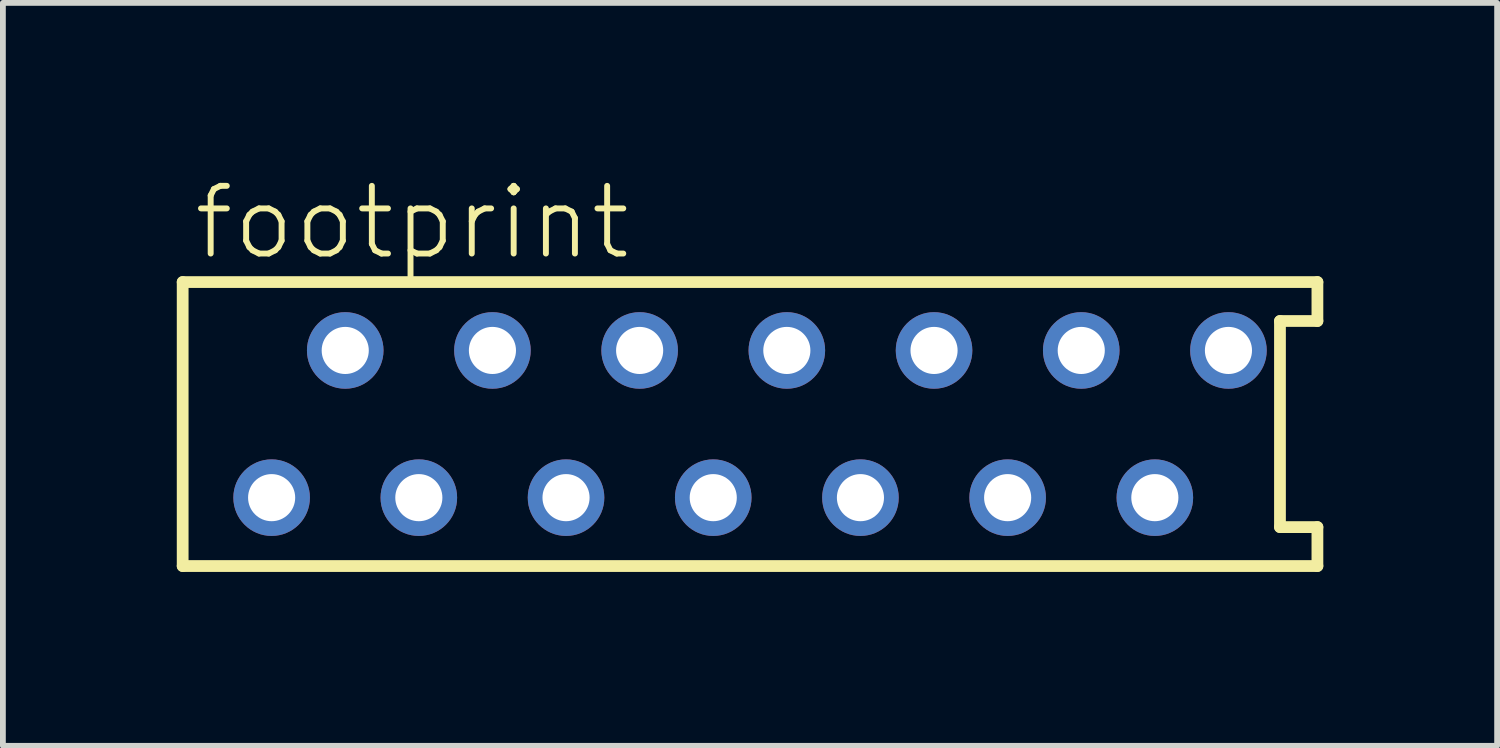
<source format=kicad_pcb>
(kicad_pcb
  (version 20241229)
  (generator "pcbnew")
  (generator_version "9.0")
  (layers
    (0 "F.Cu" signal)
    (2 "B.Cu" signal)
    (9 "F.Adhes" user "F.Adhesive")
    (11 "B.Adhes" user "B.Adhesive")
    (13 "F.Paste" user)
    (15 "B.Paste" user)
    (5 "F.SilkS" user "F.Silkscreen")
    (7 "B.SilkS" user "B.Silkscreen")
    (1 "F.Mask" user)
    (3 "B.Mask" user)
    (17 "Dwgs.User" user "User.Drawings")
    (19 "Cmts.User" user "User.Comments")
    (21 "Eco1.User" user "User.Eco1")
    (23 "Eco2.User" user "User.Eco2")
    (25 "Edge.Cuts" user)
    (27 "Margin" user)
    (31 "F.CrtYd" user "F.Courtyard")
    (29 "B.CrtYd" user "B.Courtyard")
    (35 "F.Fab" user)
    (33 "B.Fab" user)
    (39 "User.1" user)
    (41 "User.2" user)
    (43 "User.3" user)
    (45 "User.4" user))
  (footprint "footprint"
    (layer "F.Cu")
    (at 9.892 4.267)
    (property "Reference" "footprint" (at -9.652 -2.794 0) (layer "F.SilkS") (effects (font (size 1.168 1.168) (thickness 0.102)) (justify left bottom)))
    (fp_line (start -9.79 -2.45) (end -9.79 2.45) (stroke (width 0.203) (type solid)) (layer "F.SilkS"))
    (fp_line (start -9.79 2.45) (end 9.79 2.45) (stroke (width 0.203) (type solid)) (layer "F.SilkS"))
    (fp_line (start 9.144 -1.778) (end 9.79 -1.778) (stroke (width 0.203) (type solid)) (layer "F.SilkS"))
    (fp_line (start 9.144 1.778) (end 9.144 -1.778) (stroke (width 0.203) (type solid)) (layer "F.SilkS"))
    (fp_line (start 9.79 -2.45) (end -9.79 -2.45) (stroke (width 0.203) (type solid)) (layer "F.SilkS"))
    (fp_line (start 9.79 -1.778) (end 9.79 -2.45) (stroke (width 0.203) (type solid)) (layer "F.SilkS"))
    (fp_line (start 9.79 1.778) (end 9.144 1.778) (stroke (width 0.203) (type solid)) (layer "F.SilkS"))
    (fp_line (start 9.79 2.45) (end 9.79 1.778) (stroke (width 0.203) (type solid)) (layer "F.SilkS"))
    (pad "1" thru_hole circle (at -8.255 1.27) (size 1.321 1.321) (drill 0.813) (layers "*.Cu" "*.Mask"))
    (pad "2" thru_hole circle (at -6.985 -1.27) (size 1.321 1.321) (drill 0.813) (layers "*.Cu" "*.Mask"))
    (pad "3" thru_hole circle (at -5.715 1.27) (size 1.321 1.321) (drill 0.813) (layers "*.Cu" "*.Mask"))
    (pad "4" thru_hole circle (at -4.445 -1.27) (size 1.321 1.321) (drill 0.813) (layers "*.Cu" "*.Mask"))
    (pad "5" thru_hole circle (at -3.175 1.27) (size 1.321 1.321) (drill 0.813) (layers "*.Cu" "*.Mask"))
    (pad "6" thru_hole circle (at -1.905 -1.27) (size 1.321 1.321) (drill 0.813) (layers "*.Cu" "*.Mask"))
    (pad "7" thru_hole circle (at -0.635 1.27) (size 1.321 1.321) (drill 0.813) (layers "*.Cu" "*.Mask"))
    (pad "8" thru_hole circle (at 0.635 -1.27) (size 1.321 1.321) (drill 0.813) (layers "*.Cu" "*.Mask"))
    (pad "9" thru_hole circle (at 1.905 1.27) (size 1.321 1.321) (drill 0.813) (layers "*.Cu" "*.Mask"))
    (pad "10" thru_hole circle (at 3.175 -1.27) (size 1.321 1.321) (drill 0.813) (layers "*.Cu" "*.Mask"))
    (pad "11" thru_hole circle (at 4.445 1.27) (size 1.321 1.321) (drill 0.813) (layers "*.Cu" "*.Mask"))
    (pad "12" thru_hole circle (at 5.715 -1.27) (size 1.321 1.321) (drill 0.813) (layers "*.Cu" "*.Mask"))
    (pad "13" thru_hole circle (at 6.985 1.27) (size 1.321 1.321) (drill 0.813) (layers "*.Cu" "*.Mask"))
    (pad "14" thru_hole circle (at 8.255 -1.27) (size 1.321 1.321) (drill 0.813) (layers "*.Cu" "*.Mask")))
  (gr_rect
    (start -3 -3)
    (end 22.783 9.819)
    (stroke (width 0.1) (type default))
    (fill no)
    (layer "Edge.Cuts")))
</source>
